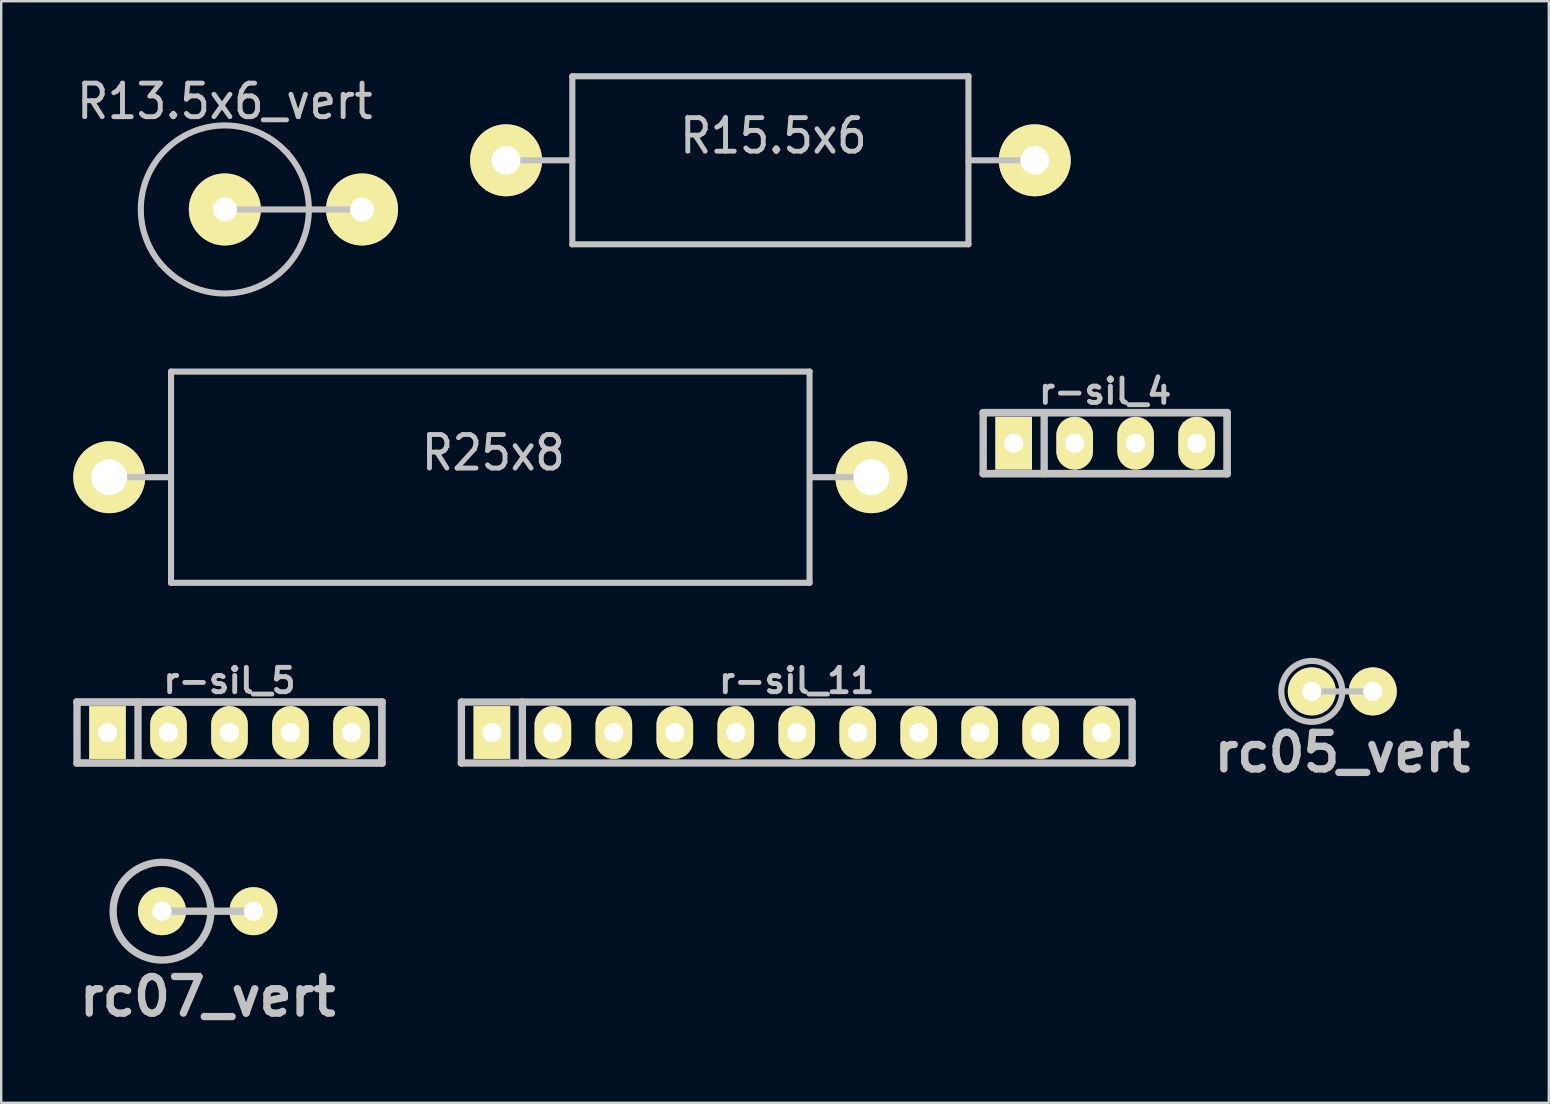
<source format=kicad_pcb>
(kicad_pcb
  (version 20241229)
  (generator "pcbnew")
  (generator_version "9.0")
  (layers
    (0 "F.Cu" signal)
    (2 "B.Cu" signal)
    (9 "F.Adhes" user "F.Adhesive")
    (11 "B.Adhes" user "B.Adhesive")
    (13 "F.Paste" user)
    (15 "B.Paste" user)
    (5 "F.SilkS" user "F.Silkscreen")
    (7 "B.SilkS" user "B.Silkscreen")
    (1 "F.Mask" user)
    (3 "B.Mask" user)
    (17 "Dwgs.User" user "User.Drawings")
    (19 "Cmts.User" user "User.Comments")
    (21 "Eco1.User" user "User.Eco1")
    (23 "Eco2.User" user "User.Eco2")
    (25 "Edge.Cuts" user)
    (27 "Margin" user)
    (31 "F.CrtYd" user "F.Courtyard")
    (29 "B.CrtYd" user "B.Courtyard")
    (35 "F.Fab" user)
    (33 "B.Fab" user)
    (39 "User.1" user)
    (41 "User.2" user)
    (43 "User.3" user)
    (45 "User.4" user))
  (footprint "R15.5x6"
    (layer "F.Cu")
    (at 29.041 3.627)
    (property "Reference" "R15.5x6" (at 0.127 -1.016 0) (layer "Dwgs.User") (effects (font (size 1.397 1.27) (thickness 0.203))))
    (attr through_hole)
    (fp_line (start -8.25 -3.5) (end -8.25 3.5) (stroke (width 0.254) (type solid)) (layer "Dwgs.User"))
    (fp_line (start -8.25 0) (end -11.001 0) (stroke (width 0.254) (type solid)) (layer "Dwgs.User"))
    (fp_line (start -8.25 3.5) (end 8.25 3.5) (stroke (width 0.254) (type solid)) (layer "Dwgs.User"))
    (fp_line (start 8.25 -3.5) (end -8.25 -3.5) (stroke (width 0.254) (type solid)) (layer "Dwgs.User"))
    (fp_line (start 8.25 0) (end 11.001 0) (stroke (width 0.254) (type solid)) (layer "Dwgs.User"))
    (fp_line (start 8.25 3.5) (end 8.25 -3.5) (stroke (width 0.254) (type solid)) (layer "Dwgs.User"))
    (pad "1" thru_hole circle (at -11.011 0) (size 2.997 2.997) (drill 1.199) (layers "*.Cu" "*.Mask" "F.SilkS"))
    (pad "2" thru_hole circle (at 11.013 0) (size 2.997 2.997) (drill 1.199) (layers "*.Cu" "*.Mask" "F.SilkS")))
  (footprint "r-sil_11"
    (layer "F.Cu")
    (at 30.14 27.464)
    (property "Reference" "r-sil_11" (at 0 -2.159 0) (layer "Dwgs.User") (effects (font (size 1.016 1.016) (thickness 0.203))))
    (attr through_hole)
    (fp_line (start -13.97 -1.27) (end -13.97 1.27) (stroke (width 0.305) (type solid)) (layer "Dwgs.User"))
    (fp_line (start -13.97 -1.27) (end 13.97 -1.27) (stroke (width 0.305) (type solid)) (layer "Dwgs.User"))
    (fp_line (start -11.43 1.27) (end -11.43 -1.27) (stroke (width 0.305) (type solid)) (layer "Dwgs.User"))
    (fp_line (start 13.97 -1.27) (end 13.97 1.27) (stroke (width 0.305) (type solid)) (layer "Dwgs.User"))
    (fp_line (start 13.97 1.27) (end -13.97 1.27) (stroke (width 0.305) (type solid)) (layer "Dwgs.User"))
    (pad "1" thru_hole rect (at -12.7 0) (size 1.524 2.197) (drill 0.8) (layers "*.Cu" "*.Mask" "F.SilkS"))
    (pad "2" thru_hole oval (at -10.16 0) (size 1.524 2.197) (drill 0.8) (layers "*.Cu" "*.Mask" "F.SilkS"))
    (pad "3" thru_hole oval (at -7.62 0) (size 1.524 2.197) (drill 0.8) (layers "*.Cu" "*.Mask" "F.SilkS"))
    (pad "4" thru_hole oval (at -5.08 0) (size 1.524 2.197) (drill 0.8) (layers "*.Cu" "*.Mask" "F.SilkS"))
    (pad "5" thru_hole oval (at -2.54 0) (size 1.524 2.197) (drill 0.8) (layers "*.Cu" "*.Mask" "F.SilkS"))
    (pad "6" thru_hole oval (at 0 0) (size 1.524 2.197) (drill 0.8) (layers "*.Cu" "*.Mask" "F.SilkS"))
    (pad "7" thru_hole oval (at 2.54 0) (size 1.524 2.197) (drill 0.8) (layers "*.Cu" "*.Mask" "F.SilkS"))
    (pad "8" thru_hole oval (at 5.08 0) (size 1.524 2.197) (drill 0.8) (layers "*.Cu" "*.Mask" "F.SilkS"))
    (pad "9" thru_hole oval (at 7.62 0) (size 1.524 2.197) (drill 0.8) (layers "*.Cu" "*.Mask" "F.SilkS"))
    (pad "10" thru_hole oval (at 10.16 0) (size 1.524 2.197) (drill 0.8) (layers "*.Cu" "*.Mask" "F.SilkS"))
    (pad "11" thru_hole oval (at 12.7 0) (size 1.524 2.197) (drill 0.8) (layers "*.Cu" "*.Mask" "F.SilkS")))
  (footprint "rc05_vert"
    (layer "F.Cu")
    (at 52.865 25.751)
    (property "Reference" "rc05_vert" (at 0 2.54 0) (layer "Dwgs.User") (effects (font (size 1.524 1.524) (thickness 0.305))))
    (attr through_hole)
    (fp_line (start -1.27 0) (end 1.27 0) (stroke (width 0.254) (type solid)) (layer "Dwgs.User"))
    (fp_circle (center -1.27 0) (end 0 0) (stroke (width 0.254) (type solid)) (fill no) (layer "Dwgs.User"))
    (pad "1" thru_hole circle (at -1.27 0) (size 1.999 1.999) (drill 0.8) (layers "*.Cu" "*.Mask" "F.SilkS"))
    (pad "2" thru_hole circle (at 1.27 0) (size 1.999 1.999) (drill 0.8) (layers "*.Cu" "*.Mask" "F.SilkS")))
  (footprint "rc07_vert"
    (layer "F.Cu")
    (at 5.603 34.906)
    (property "Reference" "rc07_vert" (at 0 3.556 0) (layer "Dwgs.User") (effects (font (size 1.524 1.524) (thickness 0.305))))
    (attr through_hole)
    (fp_line (start 1.905 0) (end -1.905 0) (stroke (width 0.305) (type solid)) (layer "Dwgs.User"))
    (fp_circle (center -1.905 0) (end -3.937 0.127) (stroke (width 0.305) (type solid)) (fill no) (layer "Dwgs.User"))
    (pad "1" thru_hole circle (at -1.905 0) (size 1.999 1.999) (drill 0.8) (layers "*.Cu" "*.Mask" "F.SilkS"))
    (pad "2" thru_hole circle (at 1.905 0) (size 1.999 1.999) (drill 0.8) (layers "*.Cu" "*.Mask" "F.SilkS")))
  (footprint "R13.5x6_vert"
    (layer "F.Cu")
    (at 6.316 5.675)
    (property "Reference" "R13.5x6_vert" (at 0 -4.501 0) (layer "Dwgs.User") (effects (font (size 1.397 1.27) (thickness 0.203))))
    (attr through_hole)
    (fp_line (start 0 0) (end 5.7 0) (stroke (width 0.254) (type solid)) (layer "Dwgs.User"))
    (fp_circle (center 0 0) (end -3.5 0) (stroke (width 0.254) (type solid)) (fill no) (layer "Dwgs.User"))
    (pad "1" thru_hole circle (at 0 0) (size 3 3) (drill 1.001) (layers "*.Cu" "*.Mask" "F.SilkS"))
    (pad "2" thru_hole circle (at 5.715 0) (size 3 3) (drill 1.001) (layers "*.Cu" "*.Mask" "F.SilkS")))
  (footprint "r-sil_5"
    (layer "F.Cu")
    (at 6.509 27.464)
    (property "Reference" "r-sil_5" (at 0 -2.159 0) (layer "Dwgs.User") (effects (font (size 1.016 1.016) (thickness 0.203))))
    (attr through_hole)
    (fp_line (start -6.35 -1.27) (end 6.35 -1.27) (stroke (width 0.318) (type solid)) (layer "Dwgs.User"))
    (fp_line (start -6.35 1.27) (end -6.35 -1.27) (stroke (width 0.305) (type solid)) (layer "Dwgs.User"))
    (fp_line (start -3.81 -1.27) (end -3.81 1.27) (stroke (width 0.305) (type solid)) (layer "Dwgs.User"))
    (fp_line (start 6.35 -1.27) (end 6.35 1.27) (stroke (width 0.318) (type solid)) (layer "Dwgs.User"))
    (fp_line (start 6.35 1.27) (end -6.35 1.27) (stroke (width 0.318) (type solid)) (layer "Dwgs.User"))
    (pad "1" thru_hole rect (at -5.08 0) (size 1.524 2.2) (drill 0.8) (layers "*.Cu" "*.Mask" "F.SilkS"))
    (pad "2" thru_hole oval (at -2.54 0) (size 1.524 2.2) (drill 0.8) (layers "*.Cu" "*.Mask" "F.SilkS"))
    (pad "3" thru_hole oval (at 0 0) (size 1.524 2.2) (drill 0.8) (layers "*.Cu" "*.Mask" "F.SilkS"))
    (pad "4" thru_hole oval (at 2.54 0) (size 1.524 2.2) (drill 0.8) (layers "*.Cu" "*.Mask" "F.SilkS"))
    (pad "5" thru_hole oval (at 5.08 0) (size 1.524 2.2) (drill 0.8) (layers "*.Cu" "*.Mask" "F.SilkS")))
  (footprint "r-sil_4"
    (layer "F.Cu")
    (at 42.986 15.412)
    (property "Reference" "r-sil_4" (at 0 -2.159 0) (layer "Dwgs.User") (effects (font (size 1.016 1.016) (thickness 0.203))))
    (attr through_hole)
    (fp_line (start -5.08 -1.27) (end 5.08 -1.27) (stroke (width 0.318) (type solid)) (layer "Dwgs.User"))
    (fp_line (start -5.08 1.27) (end -5.08 -1.27) (stroke (width 0.305) (type solid)) (layer "Dwgs.User"))
    (fp_line (start -2.54 -1.27) (end -2.54 1.27) (stroke (width 0.305) (type solid)) (layer "Dwgs.User"))
    (fp_line (start 5.08 -1.27) (end 5.08 1.27) (stroke (width 0.318) (type solid)) (layer "Dwgs.User"))
    (fp_line (start 5.08 1.27) (end -5.08 1.27) (stroke (width 0.318) (type solid)) (layer "Dwgs.User"))
    (pad "1" thru_hole rect (at -3.81 0) (size 1.524 2.197) (drill 0.8) (layers "*.Cu" "*.Mask" "F.SilkS"))
    (pad "2" thru_hole oval (at -1.27 0) (size 1.524 2.197) (drill 0.8) (layers "*.Cu" "*.Mask" "F.SilkS"))
    (pad "3" thru_hole oval (at 1.27 0) (size 1.524 2.197) (drill 0.8) (layers "*.Cu" "*.Mask" "F.SilkS"))
    (pad "4" thru_hole oval (at 3.81 0) (size 1.524 2.197) (drill 0.8) (layers "*.Cu" "*.Mask" "F.SilkS")))
  (footprint "R25x8"
    (layer "F.Cu")
    (at 17.374 16.828)
    (property "Reference" "R25x8" (at 0.127 -1.016 0) (layer "Dwgs.User") (effects (font (size 1.397 1.27) (thickness 0.203))))
    (attr through_hole)
    (fp_line (start -13.353 0) (end -16.104 0) (stroke (width 0.254) (type solid)) (layer "Dwgs.User"))
    (fp_line (start -13.299 -4.399) (end 13.299 -4.399) (stroke (width 0.254) (type solid)) (layer "Dwgs.User"))
    (fp_line (start -13.299 4.399) (end -13.299 -4.399) (stroke (width 0.254) (type solid)) (layer "Dwgs.User"))
    (fp_line (start 13.299 -4.399) (end 13.299 4.399) (stroke (width 0.254) (type solid)) (layer "Dwgs.User"))
    (fp_line (start 13.299 4.399) (end -13.299 4.399) (stroke (width 0.254) (type solid)) (layer "Dwgs.User"))
    (fp_line (start 13.35 0) (end 16.101 0) (stroke (width 0.254) (type solid)) (layer "Dwgs.User"))
    (pad "1" thru_hole circle (at -15.875 0) (size 2.997 2.997) (drill 1.499) (layers "*.Cu" "*.Mask" "F.SilkS"))
    (pad "2" thru_hole circle (at 15.875 0) (size 2.997 2.997) (drill 1.499) (layers "*.Cu" "*.Mask" "F.SilkS")))
  (gr_rect
    (start -3 -3)
    (end 61.467 42.889)
    (stroke (width 0.1) (type default))
    (fill no)
    (layer "Edge.Cuts")))
</source>
